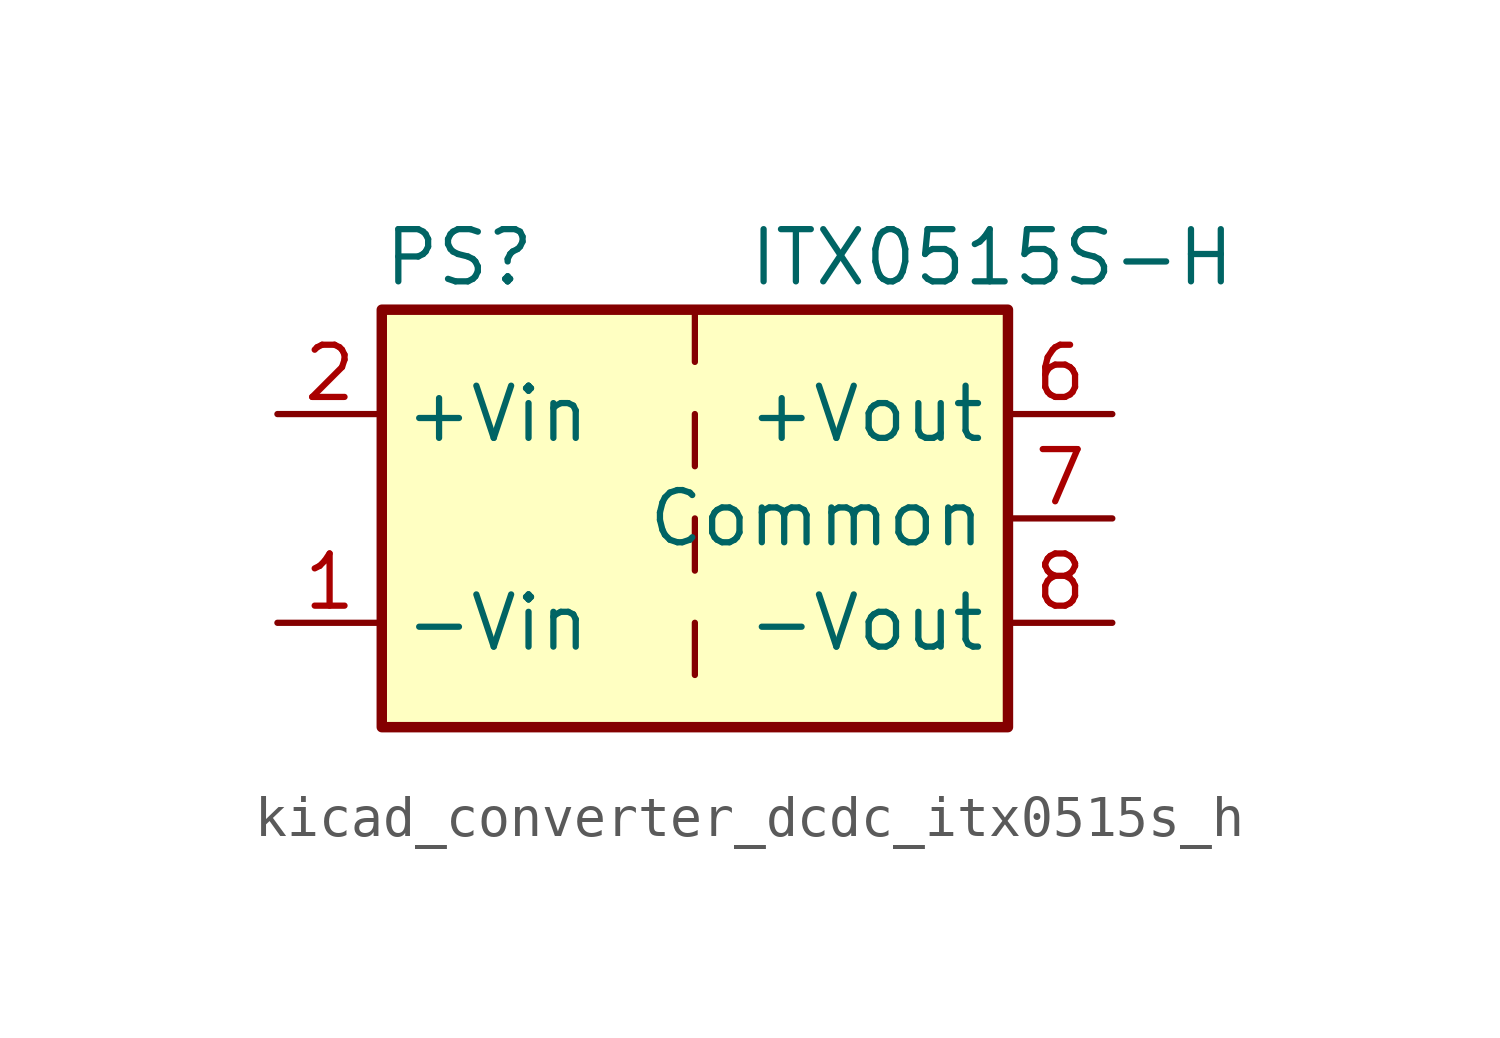
<source format=kicad_sym>
(kicad_symbol_lib
  (version 20220914)
  (generator kicad_symbol_editor)
  (symbol "kicad_converter_dcdc_itx0515s_h"
    (property "Reference" "PS"
      (at -7.62 6.35 0)
      (effects (font (size 1.27 1.27)) (justify left)))
    (property "Value" "ITX0515S-H"
      (at 1.27 6.35 0)
      (effects (font (size 1.27 1.27)) (justify left)))
    (symbol "kicad_converter_dcdc_itx0515s_h_0_0"
      (pin power_in line (at -10.16 -2.54 0) (length 2.54) (name "-Vin" (effects (font (size 1.27 1.27)))) (number "1" (effects (font (size 1.27 1.27)))))
      (pin power_in line (at -10.16 2.54 0) (length 2.54) (name "+Vin" (effects (font (size 1.27 1.27)))) (number "2" (effects (font (size 1.27 1.27)))))
      (pin no_connect line (at 0 -5.08 90) (length 2.54) hide (name "NC" (effects (font (size 1.27 1.27)))) (number "3" (effects (font (size 1.27 1.27)))))
      (pin no_connect line (at 0 5.08 270) (length 2.54) hide (name "NC" (effects (font (size 1.27 1.27)))) (number "5" (effects (font (size 1.27 1.27)))))
      (pin power_out line (at 10.16 2.54 180) (length 2.54) (name "+Vout" (effects (font (size 1.27 1.27)))) (number "6" (effects (font (size 1.27 1.27)))))
      (pin power_out line (at 10.16 0 180) (length 2.54) (name "Common" (effects (font (size 1.27 1.27)))) (number "7" (effects (font (size 1.27 1.27)))))
      (pin power_out line (at 10.16 -2.54 180) (length 2.54) (name "-Vout" (effects (font (size 1.27 1.27)))) (number "8" (effects (font (size 1.27 1.27))))))
    (symbol "kicad_converter_dcdc_itx0515s_h_0_1"
      (rectangle (start -7.62 5.08) (end 7.62 -5.08) (stroke (width 0.254) (type default)) (fill (type background)))
      (polyline (pts (xy 0 -2.54) (xy 0 -3.81)) (stroke (width 0) (type default)) (fill (type none)))
      (polyline (pts (xy 0 0) (xy 0 -1.27)) (stroke (width 0) (type default)) (fill (type none)))
      (polyline (pts (xy 0 2.54) (xy 0 1.27)) (stroke (width 0) (type default)) (fill (type none)))
      (polyline (pts (xy 0 5.08) (xy 0 3.81)) (stroke (width 0) (type default)) (fill (type none))))))
</source>
